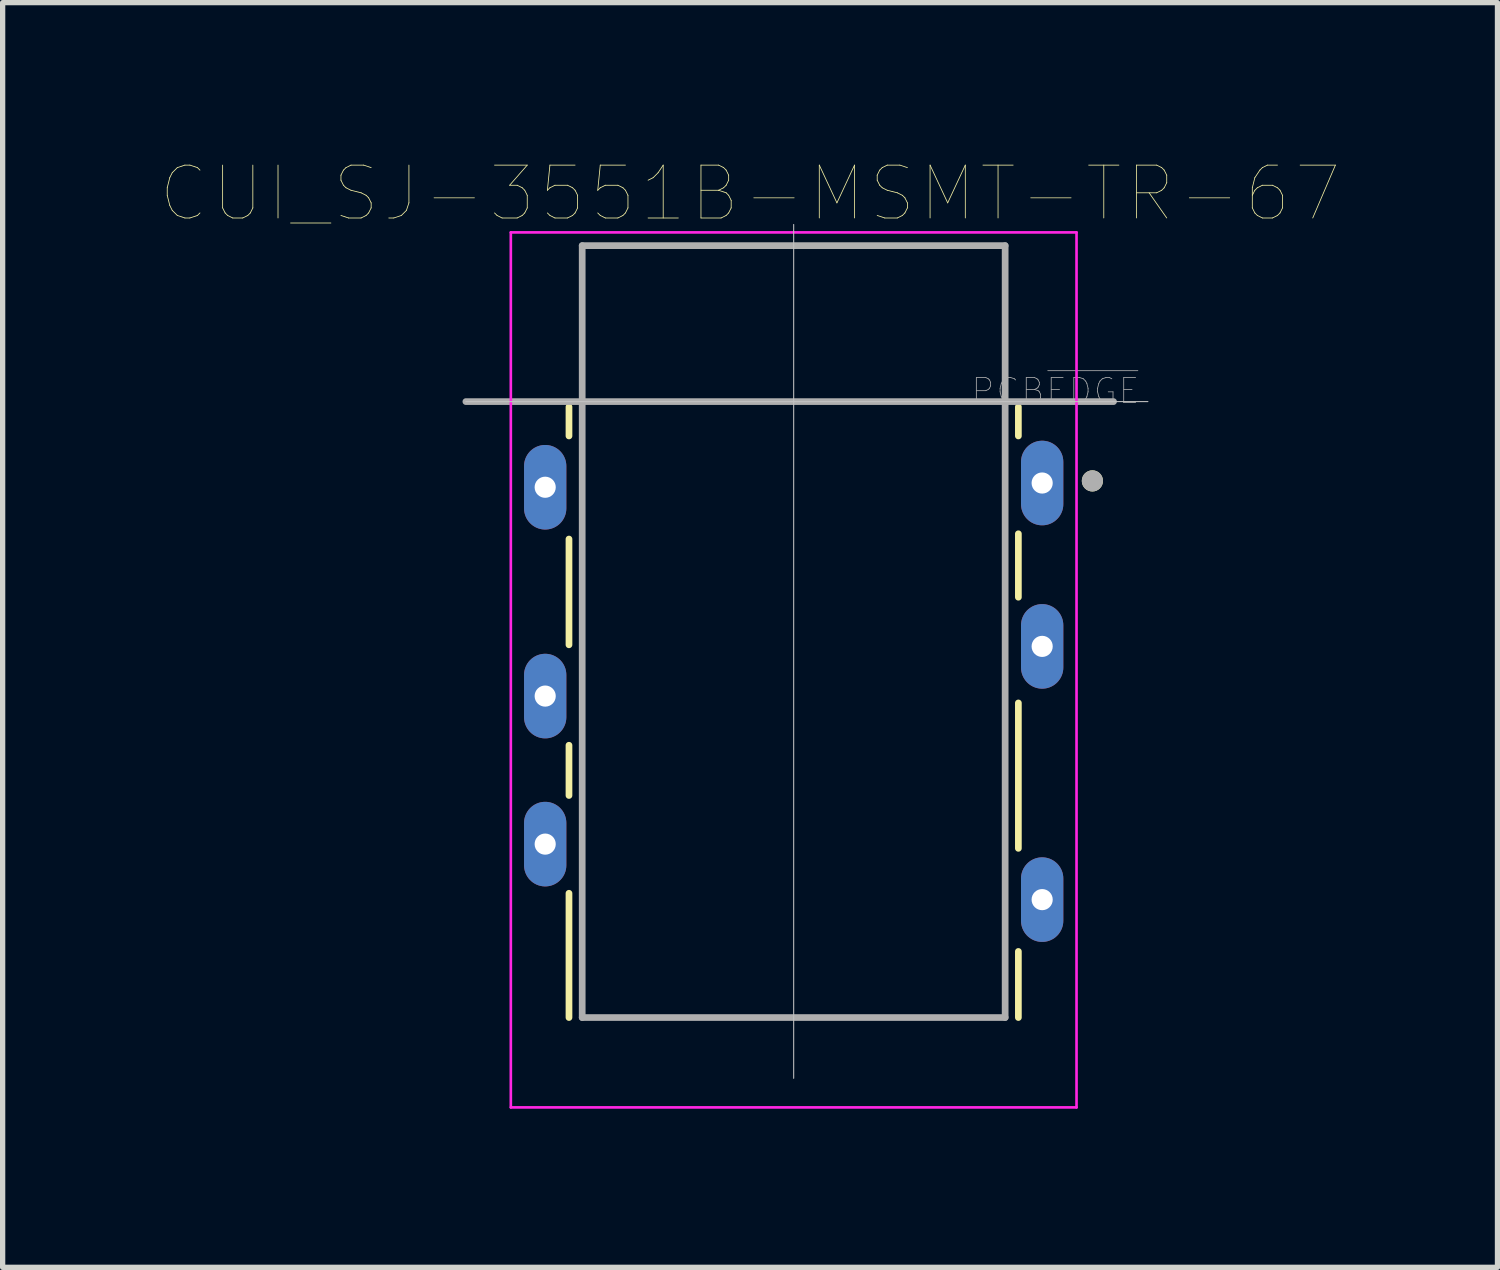
<source format=kicad_pcb>
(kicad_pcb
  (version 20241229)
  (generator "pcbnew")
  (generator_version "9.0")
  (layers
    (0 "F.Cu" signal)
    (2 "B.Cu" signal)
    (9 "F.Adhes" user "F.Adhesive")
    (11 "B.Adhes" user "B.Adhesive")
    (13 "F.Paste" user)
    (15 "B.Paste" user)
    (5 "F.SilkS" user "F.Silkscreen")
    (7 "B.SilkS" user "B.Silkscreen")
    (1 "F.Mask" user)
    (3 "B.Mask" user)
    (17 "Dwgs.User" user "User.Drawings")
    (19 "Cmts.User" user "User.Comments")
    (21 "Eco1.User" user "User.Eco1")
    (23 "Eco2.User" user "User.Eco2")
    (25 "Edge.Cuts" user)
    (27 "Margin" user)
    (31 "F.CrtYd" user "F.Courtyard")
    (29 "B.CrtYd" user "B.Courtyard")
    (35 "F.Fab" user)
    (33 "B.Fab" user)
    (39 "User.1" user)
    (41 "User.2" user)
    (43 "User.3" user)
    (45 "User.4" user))
  (footprint "CUI_SJ-3551B-MSMT-TR-67"
    (layer "F.Cu")
    (at 11.962 4.546)
    (property "Reference" "CUI_SJ-3551B-MSMT-TR-67" (at -0.825 -3.935 0) (layer "F.SilkS") (effects (font (size 1 1) (thickness 0.015))))
    (attr through_hole)
    (fp_line (start -4.25 0.65) (end -4.25 0.1) (stroke (width 0.127) (type solid)) (layer "F.SilkS"))
    (fp_line (start -4.25 2.6) (end -4.25 4.6) (stroke (width 0.127) (type solid)) (layer "F.SilkS"))
    (fp_line (start -4.25 6.5) (end -4.25 7.45) (stroke (width 0.127) (type solid)) (layer "F.SilkS"))
    (fp_line (start -4.25 9.3) (end -4.25 11.65) (stroke (width 0.127) (type solid)) (layer "F.SilkS"))
    (fp_line (start 4.25 0.65) (end 4.25 0.1) (stroke (width 0.127) (type solid)) (layer "F.SilkS"))
    (fp_line (start 4.25 2.5) (end 4.25 3.7) (stroke (width 0.127) (type solid)) (layer "F.SilkS"))
    (fp_line (start 4.25 5.7) (end 4.25 8.45) (stroke (width 0.127) (type solid)) (layer "F.SilkS"))
    (fp_line (start 4.25 10.4) (end 4.25 11.65) (stroke (width 0.127) (type solid)) (layer "F.SilkS"))
    (fp_circle (center 5.65 1.5) (end 5.75 1.5) (stroke (width 0.2) (type solid)) (fill no) (layer "F.SilkS"))
    (fp_line (start -6.2 0) (end 6.7 0) (stroke (width 0.02) (type solid)) (layer "Dwgs.User"))
    (fp_line (start 0 -3.35) (end 0 12.8) (stroke (width 0.02) (type solid)) (layer "Dwgs.User"))
    (fp_line (start -5.9 0) (end -4.15 0) (stroke (width 0.0001) (type solid)) (layer "Edge.Cuts"))
    (fp_line (start -4.9 1.62) (end -4.9 1.22) (stroke (width 0.0001) (type solid)) (layer "Edge.Cuts"))
    (fp_line (start -4.9 2.02) (end -4.9 1.62) (stroke (width 0.0001) (type solid)) (layer "Edge.Cuts"))
    (fp_line (start -4.9 5.57) (end -4.9 5.17) (stroke (width 0.0001) (type solid)) (layer "Edge.Cuts"))
    (fp_line (start -4.9 5.97) (end -4.9 5.57) (stroke (width 0.0001) (type solid)) (layer "Edge.Cuts"))
    (fp_line (start -4.9 8.37) (end -4.9 7.97) (stroke (width 0.0001) (type solid)) (layer "Edge.Cuts"))
    (fp_line (start -4.9 8.77) (end -4.9 8.37) (stroke (width 0.0001) (type solid)) (layer "Edge.Cuts"))
    (fp_line (start -4.5 1.22) (end -4.5 1.62) (stroke (width 0.0001) (type solid)) (layer "Edge.Cuts"))
    (fp_line (start -4.5 1.62) (end -4.5 2.02) (stroke (width 0.0001) (type solid)) (layer "Edge.Cuts"))
    (fp_line (start -4.5 5.17) (end -4.5 5.57) (stroke (width 0.0001) (type solid)) (layer "Edge.Cuts"))
    (fp_line (start -4.5 5.57) (end -4.5 5.97) (stroke (width 0.0001) (type solid)) (layer "Edge.Cuts"))
    (fp_line (start -4.5 7.97) (end -4.5 8.37) (stroke (width 0.0001) (type solid)) (layer "Edge.Cuts"))
    (fp_line (start -4.5 8.37) (end -4.5 8.77) (stroke (width 0.0001) (type solid)) (layer "Edge.Cuts"))
    (fp_line (start -4.15 0) (end -4.15 12.6) (stroke (width 0.0001) (type solid)) (layer "Edge.Cuts"))
    (fp_line (start 3.65 13.1) (end -3.65 13.1) (stroke (width 0.0001) (type solid)) (layer "Edge.Cuts"))
    (fp_line (start 4.15 0) (end 4.15 12.6) (stroke (width 0.0001) (type solid)) (layer "Edge.Cuts"))
    (fp_line (start 4.5 1.54) (end 4.5 1.14) (stroke (width 0.0001) (type solid)) (layer "Edge.Cuts"))
    (fp_line (start 4.5 1.94) (end 4.5 1.54) (stroke (width 0.0001) (type solid)) (layer "Edge.Cuts"))
    (fp_line (start 4.5 4.63) (end 4.5 4.23) (stroke (width 0.0001) (type solid)) (layer "Edge.Cuts"))
    (fp_line (start 4.5 5.03) (end 4.5 4.63) (stroke (width 0.0001) (type solid)) (layer "Edge.Cuts"))
    (fp_line (start 4.5 9.42) (end 4.5 9.02) (stroke (width 0.0001) (type solid)) (layer "Edge.Cuts"))
    (fp_line (start 4.5 9.82) (end 4.5 9.42) (stroke (width 0.0001) (type solid)) (layer "Edge.Cuts"))
    (fp_line (start 4.9 1.14) (end 4.9 1.54) (stroke (width 0.0001) (type solid)) (layer "Edge.Cuts"))
    (fp_line (start 4.9 1.54) (end 4.9 1.94) (stroke (width 0.0001) (type solid)) (layer "Edge.Cuts"))
    (fp_line (start 4.9 4.23) (end 4.9 4.63) (stroke (width 0.0001) (type solid)) (layer "Edge.Cuts"))
    (fp_line (start 4.9 4.63) (end 4.9 5.03) (stroke (width 0.0001) (type solid)) (layer "Edge.Cuts"))
    (fp_line (start 4.9 9.02) (end 4.9 9.42) (stroke (width 0.0001) (type solid)) (layer "Edge.Cuts"))
    (fp_line (start 4.9 9.42) (end 4.9 9.82) (stroke (width 0.0001) (type solid)) (layer "Edge.Cuts"))
    (fp_line (start 5.9 0) (end 4.15 0) (stroke (width 0.0001) (type solid)) (layer "Edge.Cuts"))
    (fp_arc (start -4.9 1.22) (mid -4.841421 1.078579) (end -4.7 1.02) (stroke (width 0.0001) (type solid)) (layer "Edge.Cuts"))
    (fp_arc (start -4.9 5.17) (mid -4.841421 5.028579) (end -4.7 4.97) (stroke (width 0.0001) (type solid)) (layer "Edge.Cuts"))
    (fp_arc (start -4.9 7.97) (mid -4.841421 7.828579) (end -4.7 7.77) (stroke (width 0.0001) (type solid)) (layer "Edge.Cuts"))
    (fp_arc (start -4.7 1.02) (mid -4.558579 1.078579) (end -4.5 1.22) (stroke (width 0.0001) (type solid)) (layer "Edge.Cuts"))
    (fp_arc (start -4.7 2.22) (mid -4.841421 2.161421) (end -4.9 2.02) (stroke (width 0.0001) (type solid)) (layer "Edge.Cuts"))
    (fp_arc (start -4.7 4.97) (mid -4.558579 5.028579) (end -4.5 5.17) (stroke (width 0.0001) (type solid)) (layer "Edge.Cuts"))
    (fp_arc (start -4.7 6.17) (mid -4.841421 6.111421) (end -4.9 5.97) (stroke (width 0.0001) (type solid)) (layer "Edge.Cuts"))
    (fp_arc (start -4.7 7.77) (mid -4.558579 7.828579) (end -4.5 7.97) (stroke (width 0.0001) (type solid)) (layer "Edge.Cuts"))
    (fp_arc (start -4.7 8.97) (mid -4.841421 8.911421) (end -4.9 8.77) (stroke (width 0.0001) (type solid)) (layer "Edge.Cuts"))
    (fp_arc (start -4.5 2.02) (mid -4.558579 2.161421) (end -4.7 2.22) (stroke (width 0.0001) (type solid)) (layer "Edge.Cuts"))
    (fp_arc (start -4.5 5.97) (mid -4.558579 6.111421) (end -4.7 6.17) (stroke (width 0.0001) (type solid)) (layer "Edge.Cuts"))
    (fp_arc (start -4.5 8.77) (mid -4.558579 8.911421) (end -4.7 8.97) (stroke (width 0.0001) (type solid)) (layer "Edge.Cuts"))
    (fp_arc (start -3.65 13.1) (mid -4.003553 12.953553) (end -4.15 12.6) (stroke (width 0.0001) (type solid)) (layer "Edge.Cuts"))
    (fp_arc (start 4.15 12.6) (mid 4.003553 12.953553) (end 3.65 13.1) (stroke (width 0.0001) (type solid)) (layer "Edge.Cuts"))
    (fp_arc (start 4.5 1.14) (mid 4.558579 0.998579) (end 4.7 0.94) (stroke (width 0.0001) (type solid)) (layer "Edge.Cuts"))
    (fp_arc (start 4.5 4.23) (mid 4.558579 4.088579) (end 4.7 4.03) (stroke (width 0.0001) (type solid)) (layer "Edge.Cuts"))
    (fp_arc (start 4.5 9.02) (mid 4.558579 8.878579) (end 4.7 8.82) (stroke (width 0.0001) (type solid)) (layer "Edge.Cuts"))
    (fp_arc (start 4.7 0.94) (mid 4.841421 0.998579) (end 4.9 1.14) (stroke (width 0.0001) (type solid)) (layer "Edge.Cuts"))
    (fp_arc (start 4.7 2.14) (mid 4.558579 2.081421) (end 4.5 1.94) (stroke (width 0.0001) (type solid)) (layer "Edge.Cuts"))
    (fp_arc (start 4.7 4.03) (mid 4.841421 4.088579) (end 4.9 4.23) (stroke (width 0.0001) (type solid)) (layer "Edge.Cuts"))
    (fp_arc (start 4.7 5.23) (mid 4.558579 5.171421) (end 4.5 5.03) (stroke (width 0.0001) (type solid)) (layer "Edge.Cuts"))
    (fp_arc (start 4.7 8.82) (mid 4.841421 8.878579) (end 4.9 9.02) (stroke (width 0.0001) (type solid)) (layer "Edge.Cuts"))
    (fp_arc (start 4.7 10.02) (mid 4.558579 9.961421) (end 4.5 9.82) (stroke (width 0.0001) (type solid)) (layer "Edge.Cuts"))
    (fp_arc (start 4.9 1.94) (mid 4.841421 2.081421) (end 4.7 2.14) (stroke (width 0.0001) (type solid)) (layer "Edge.Cuts"))
    (fp_arc (start 4.9 5.03) (mid 4.841421 5.171421) (end 4.7 5.23) (stroke (width 0.0001) (type solid)) (layer "Edge.Cuts"))
    (fp_arc (start 4.9 9.82) (mid 4.841421 9.961421) (end 4.7 10.02) (stroke (width 0.0001) (type solid)) (layer "Edge.Cuts"))
    (fp_line (start -5.35 -3.2) (end 5.35 -3.2) (stroke (width 0.05) (type solid)) (layer "F.CrtYd"))
    (fp_line (start -5.35 13.35) (end -5.35 -3.2) (stroke (width 0.05) (type solid)) (layer "F.CrtYd"))
    (fp_line (start 5.35 -3.2) (end 5.35 13.35) (stroke (width 0.05) (type solid)) (layer "F.CrtYd"))
    (fp_line (start 5.35 13.35) (end -5.35 13.35) (stroke (width 0.05) (type solid)) (layer "F.CrtYd"))
    (fp_line (start -6.2 0) (end 6.05 0) (stroke (width 0.127) (type solid)) (layer "F.Fab"))
    (fp_line (start -4 -2.95) (end 4 -2.95) (stroke (width 0.127) (type solid)) (layer "F.Fab"))
    (fp_line (start -4 11.65) (end -4 -2.95) (stroke (width 0.127) (type solid)) (layer "F.Fab"))
    (fp_line (start 4 -2.95) (end 4 11.65) (stroke (width 0.127) (type solid)) (layer "F.Fab"))
    (fp_line (start 4 11.65) (end -4 11.65) (stroke (width 0.127) (type solid)) (layer "F.Fab"))
    (fp_circle (center 5.65 1.5) (end 5.75 1.5) (stroke (width 0.2) (type solid)) (fill no) (layer "F.Fab"))
    (fp_text user "PCB~{EDGE}" (at 4.95 -0.2 0) (layer "F.Fab") (effects (font (size 0.472 0.472) (thickness 0.015))))
    (pad "1" thru_hole oval (at 4.7 1.54) (size 0.8 1.6) (drill 0.4) (layers "*.Cu" "*.Mask"))
    (pad "2" thru_hole oval (at 4.7 9.42) (size 0.8 1.6) (drill 0.4) (layers "*.Cu" "*.Mask"))
    (pad "3" thru_hole oval (at 4.7 4.63) (size 0.8 1.6) (drill 0.4) (layers "*.Cu" "*.Mask"))
    (pad "4" thru_hole oval (at -4.7 1.62) (size 0.8 1.6) (drill 0.4) (layers "*.Cu" "*.Mask"))
    (pad "5" thru_hole oval (at -4.7 5.57) (size 0.8 1.6) (drill 0.4) (layers "*.Cu" "*.Mask"))
    (pad "6" thru_hole oval (at -4.7 8.37) (size 0.8 1.6) (drill 0.4) (layers "*.Cu" "*.Mask")))
  (gr_rect
    (start -3 -3)
    (end 25.274 20.921)
    (stroke (width 0.1) (type default))
    (fill no)
    (layer "Edge.Cuts")))
</source>
